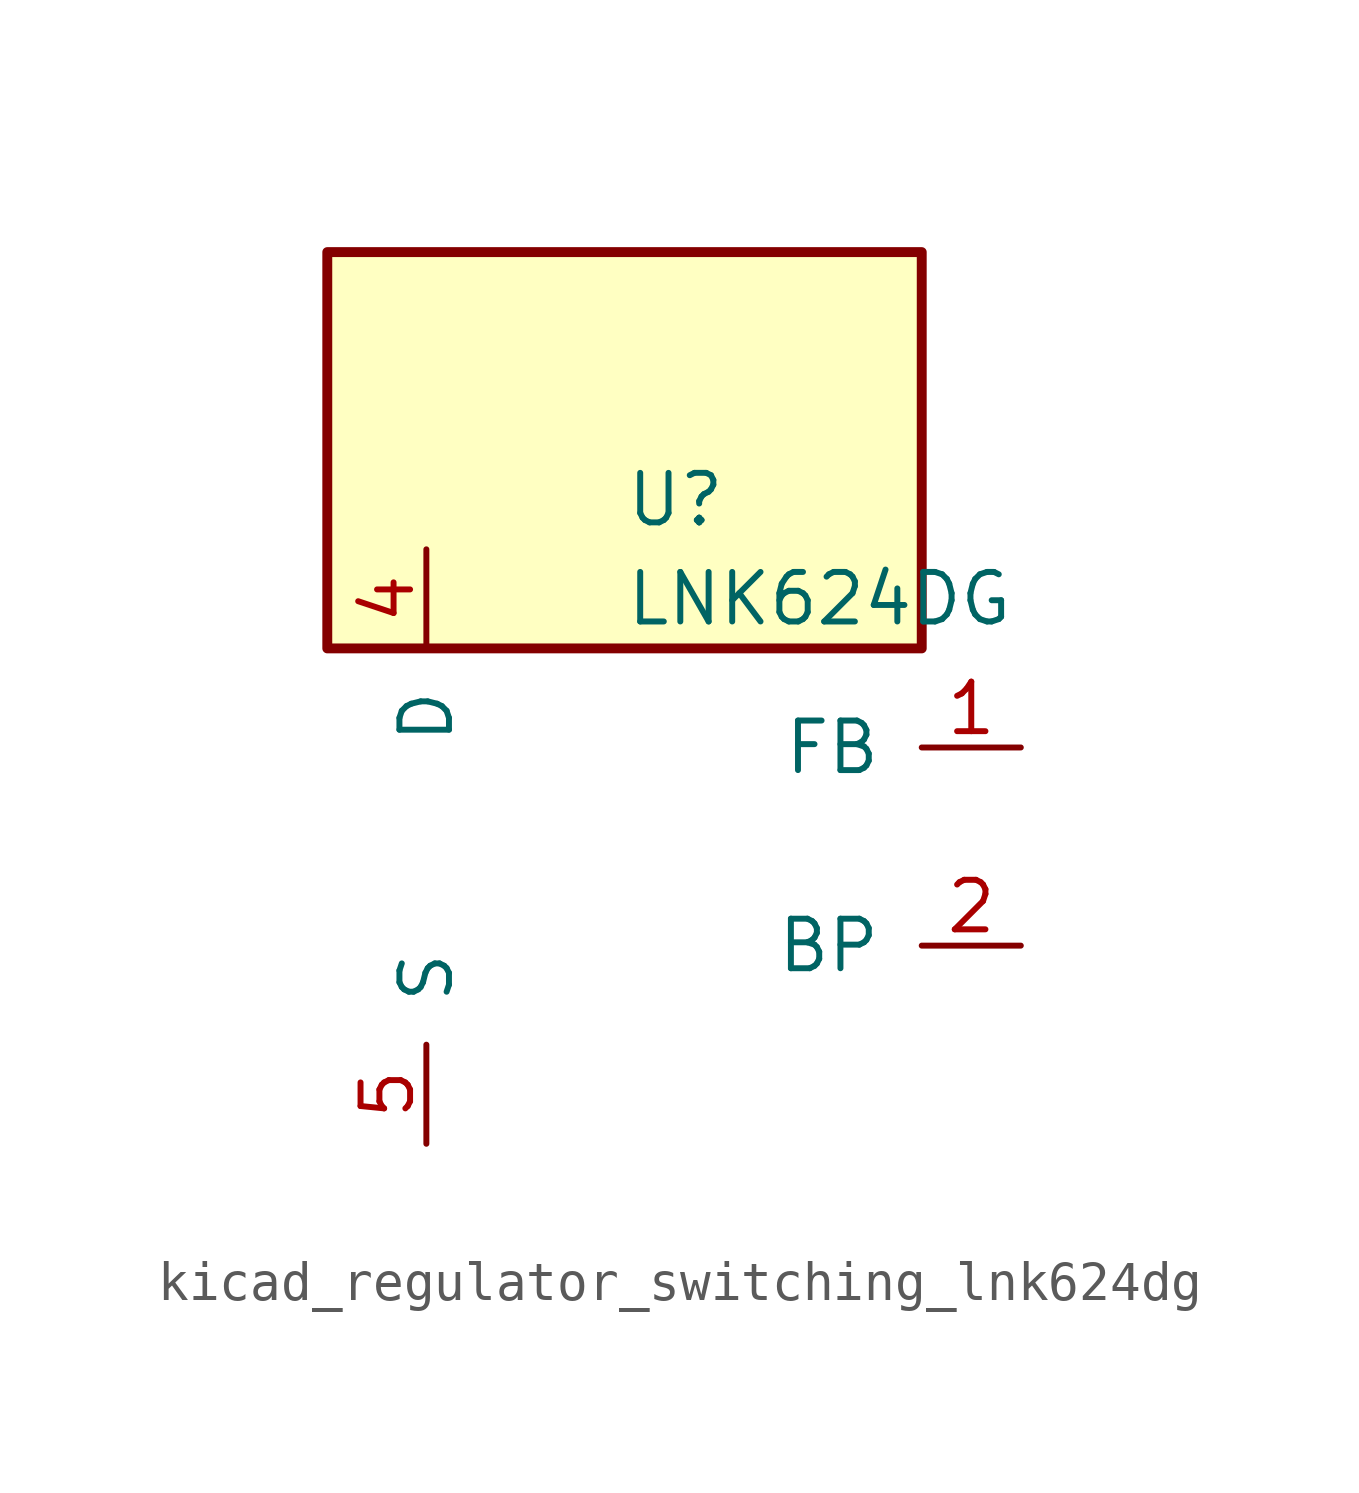
<source format=kicad_sym>
(kicad_symbol_lib
  (version 20220914)
  (generator kicad_symbol_editor)
  (symbol "kicad_regulator_switching_lnk624dg"
    (pin_names
      (offset 1.016))
    (property "Reference" "U"
      (at 0 8.89 0)
      (effects (font (size 1.27 1.27)) (justify left)))
    (property "Value" "LNK624DG"
      (at 0 6.35 0)
      (effects (font (size 1.27 1.27)) (justify left)))
    (symbol "kicad_regulator_switching_lnk624dg_0_1"
      (rectangle (start 7.62 15.24) (end -7.62 5.08) (stroke (width 0.254) (type default)) (fill (type background))))
    (symbol "kicad_regulator_switching_lnk624dg_1_1"
      (pin input line (at 10.16 2.54 180) (length 2.54) (name "FB" (effects (font (size 1.27 1.27)))) (number "1" (effects (font (size 1.27 1.27)))))
      (pin input line (at 10.16 -2.54 180) (length 2.54) (name "BP" (effects (font (size 1.27 1.27)))) (number "2" (effects (font (size 1.27 1.27)))))
      (pin open_collector line (at -5.08 7.62 270) (length 2.54) (name "D" (effects (font (size 1.27 1.27)))) (number "4" (effects (font (size 1.27 1.27)))))
      (pin power_in line (at -5.08 -7.62 90) (length 2.54) (name "S" (effects (font (size 1.27 1.27)))) (number "5" (effects (font (size 1.27 1.27)))))
      (pin passive line (at -5.08 -7.62 90) (length 2.54) hide (name "S" (effects (font (size 1.27 1.27)))) (number "6" (effects (font (size 1.27 1.27)))))
      (pin passive line (at -5.08 -7.62 90) (length 2.54) hide (name "S" (effects (font (size 1.27 1.27)))) (number "7" (effects (font (size 1.27 1.27)))))
      (pin passive line (at -5.08 -7.62 90) (length 2.54) hide (name "S" (effects (font (size 1.27 1.27)))) (number "8" (effects (font (size 1.27 1.27))))))))
</source>
